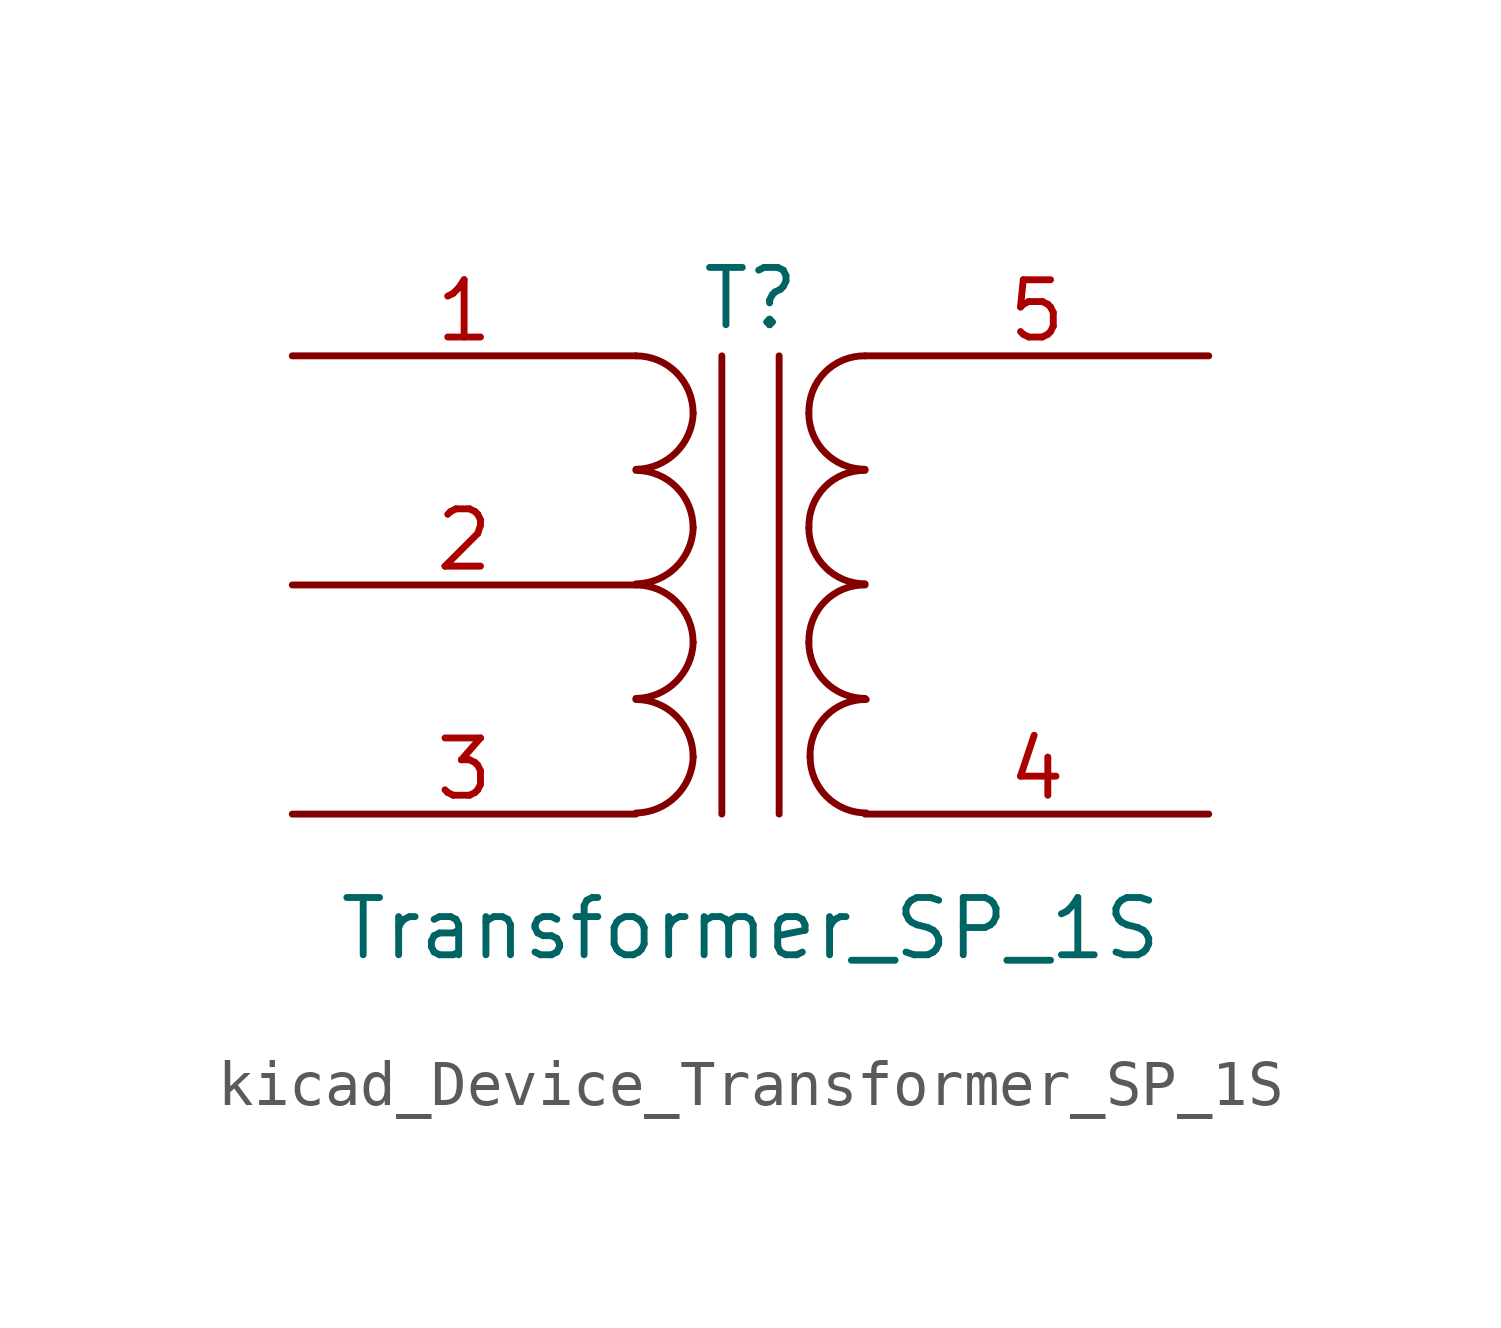
<source format=kicad_sym>
(kicad_symbol_lib
  (version 20220914)
  (generator kicad_symbol_editor)
  (symbol "kicad_Device_Transformer_SP_1S"
    (pin_names
      (offset 1.016) hide)
    (property "Reference" "T"
      (at 0 6.35 0)
      (effects (font (size 1.27 1.27))))
    (property "Value" "Transformer_SP_1S"
      (at 0 -7.62 0)
      (effects (font (size 1.27 1.27))))
    (symbol "kicad_Device_Transformer_SP_1S_0_1"
      (arc (start -2.54 -5.0546) (mid -1.6599 -4.6901) (end -1.27 -3.81) (stroke (width 0) (type default)) (fill (type none)))
      (arc (start -2.54 -2.5146) (mid -1.6599 -2.1501) (end -1.27 -1.27) (stroke (width 0) (type default)) (fill (type none)))
      (arc (start -2.54 0.0254) (mid -1.6599 0.3899) (end -1.27 1.27) (stroke (width 0) (type default)) (fill (type none)))
      (arc (start -2.54 2.5654) (mid -1.6599 2.9299) (end -1.27 3.81) (stroke (width 0) (type default)) (fill (type none)))
      (arc (start -1.27 -3.81) (mid -1.642 -2.912) (end -2.54 -2.54) (stroke (width 0) (type default)) (fill (type none)))
      (arc (start -1.27 -1.27) (mid -1.642 -0.372) (end -2.54 0) (stroke (width 0) (type default)) (fill (type none)))
      (arc (start -1.27 1.27) (mid -1.642 2.168) (end -2.54 2.54) (stroke (width 0) (type default)) (fill (type none)))
      (arc (start -1.27 3.81) (mid -1.642 4.708) (end -2.54 5.08) (stroke (width 0) (type default)) (fill (type none)))
      (polyline (pts (xy -0.635 5.08) (xy -0.635 -5.08)) (stroke (width 0) (type default)) (fill (type none)))
      (polyline (pts (xy 0.635 -5.08) (xy 0.635 5.08)) (stroke (width 0) (type default)) (fill (type none)))
      (arc (start 1.2954 -1.27) (mid 1.6599 -2.1501) (end 2.54 -2.5146) (stroke (width 0) (type default)) (fill (type none)))
      (arc (start 1.2954 1.27) (mid 1.6599 0.3899) (end 2.54 0.0254) (stroke (width 0) (type default)) (fill (type none)))
      (arc (start 1.2954 3.81) (mid 1.6599 2.9299) (end 2.54 2.5654) (stroke (width 0) (type default)) (fill (type none)))
      (arc (start 1.3208 -3.81) (mid 1.6853 -4.6901) (end 2.5654 -5.0546) (stroke (width 0) (type default)) (fill (type none)))
      (arc (start 2.54 0) (mid 1.642 -0.372) (end 1.2954 -1.27) (stroke (width 0) (type default)) (fill (type none)))
      (arc (start 2.54 2.54) (mid 1.642 2.168) (end 1.2954 1.27) (stroke (width 0) (type default)) (fill (type none)))
      (arc (start 2.54 5.08) (mid 1.642 4.708) (end 1.2954 3.81) (stroke (width 0) (type default)) (fill (type none)))
      (arc (start 2.5654 -2.54) (mid 1.6674 -2.912) (end 1.3208 -3.81) (stroke (width 0) (type default)) (fill (type none))))
    (symbol "kicad_Device_Transformer_SP_1S_1_1"
      (pin passive line (at -10.16 5.08 0) (length 7.62) (name "PR1" (effects (font (size 1.27 1.27)))) (number "1" (effects (font (size 1.27 1.27)))))
      (pin passive line (at -10.16 0 0) (length 7.62) (name "PM" (effects (font (size 1.27 1.27)))) (number "2" (effects (font (size 1.27 1.27)))))
      (pin passive line (at -10.16 -5.08 0) (length 7.62) (name "PR2" (effects (font (size 1.27 1.27)))) (number "3" (effects (font (size 1.27 1.27)))))
      (pin passive line (at 10.16 -5.08 180) (length 7.62) (name "S1" (effects (font (size 1.27 1.27)))) (number "4" (effects (font (size 1.27 1.27)))))
      (pin passive line (at 10.16 5.08 180) (length 7.62) (name "S2" (effects (font (size 1.27 1.27)))) (number "5" (effects (font (size 1.27 1.27))))))))
</source>
